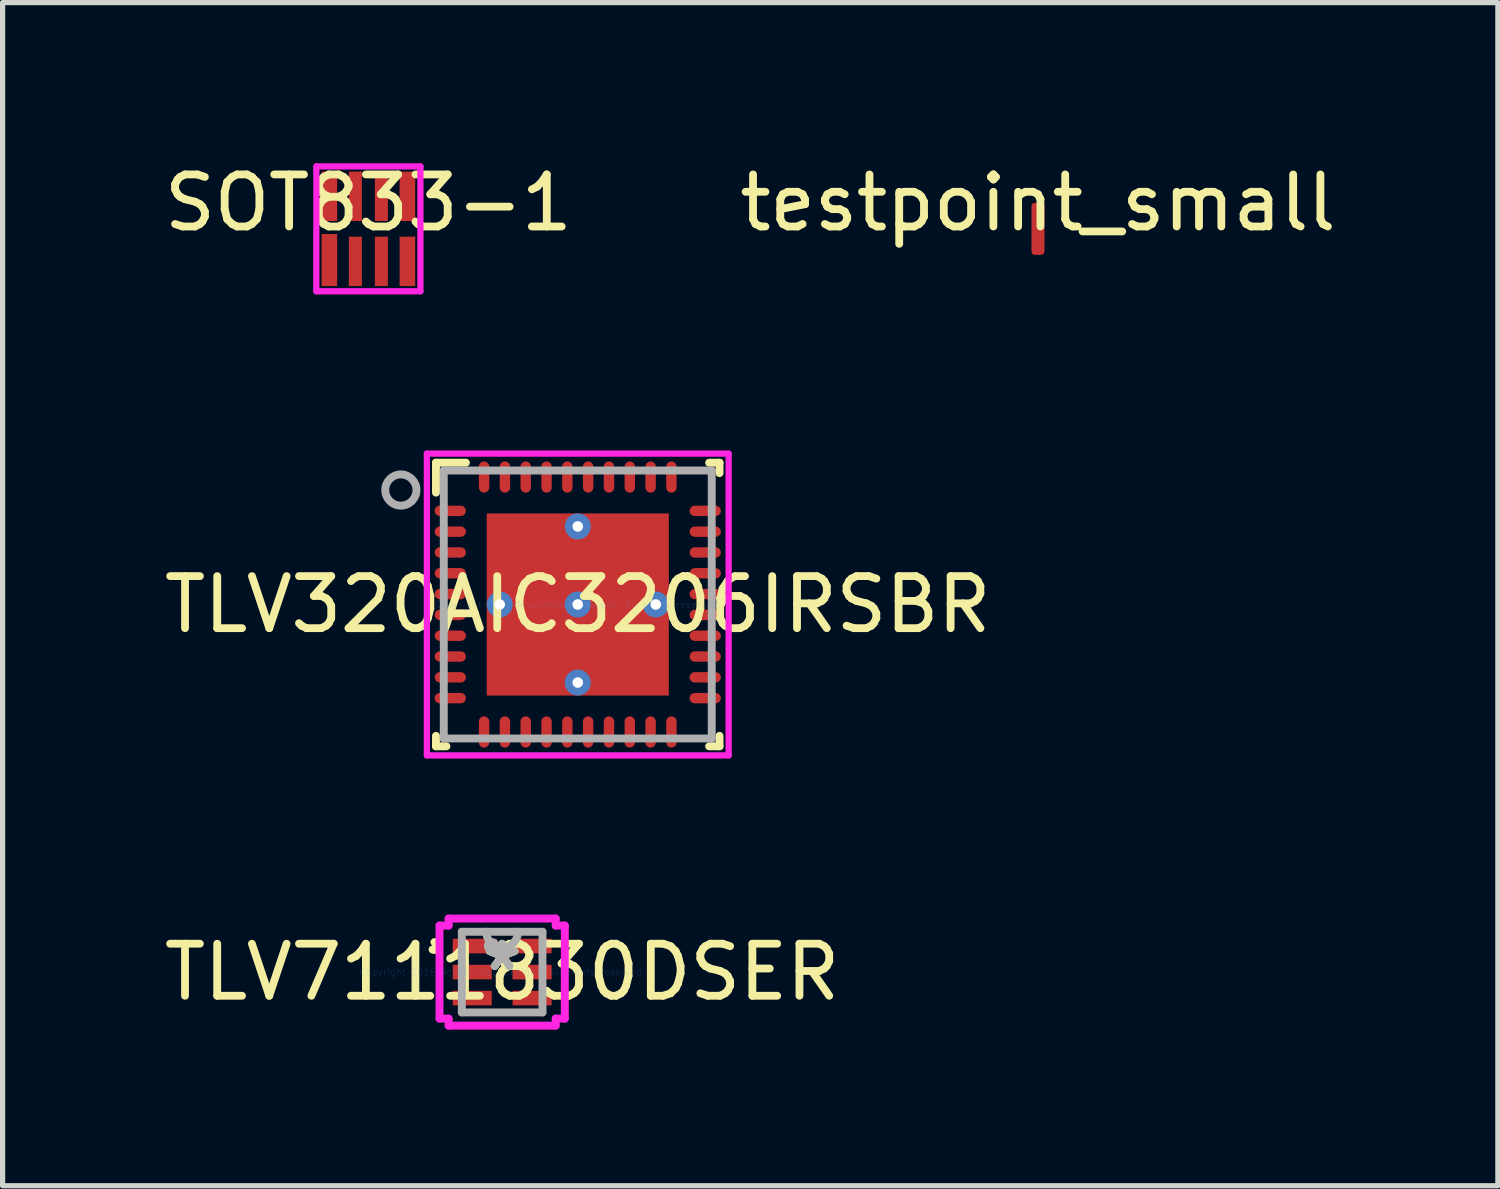
<source format=kicad_pcb>
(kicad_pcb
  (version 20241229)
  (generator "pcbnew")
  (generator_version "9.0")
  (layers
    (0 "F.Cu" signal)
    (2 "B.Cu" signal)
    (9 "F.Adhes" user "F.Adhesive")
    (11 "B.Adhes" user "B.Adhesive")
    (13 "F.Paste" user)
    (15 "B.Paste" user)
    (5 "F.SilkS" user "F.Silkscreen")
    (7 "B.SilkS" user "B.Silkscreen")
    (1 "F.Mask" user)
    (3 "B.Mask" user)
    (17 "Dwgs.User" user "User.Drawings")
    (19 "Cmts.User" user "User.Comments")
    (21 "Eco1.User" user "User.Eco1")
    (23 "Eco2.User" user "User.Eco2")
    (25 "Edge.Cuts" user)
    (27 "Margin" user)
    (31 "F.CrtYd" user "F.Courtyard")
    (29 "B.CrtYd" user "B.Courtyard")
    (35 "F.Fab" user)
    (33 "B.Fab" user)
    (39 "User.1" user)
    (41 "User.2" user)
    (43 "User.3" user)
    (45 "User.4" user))
  (footprint "TLV320AIC3206IRSBR"
    (layer "F.Cu")
    (at 8.054 8.568)
    (property "Reference" "TLV320AIC3206IRSBR" (at 0 0 0) (layer "F.SilkS") (effects (font (size 1 1) (thickness 0.15))))
    (attr through_hole)
    (fp_line (start -2.725 -2.725) (end -2.15 -2.725) (stroke (width 0.152) (type solid)) (layer "F.SilkS"))
    (fp_line (start -2.725 -2.15) (end -2.725 -2.725) (stroke (width 0.152) (type solid)) (layer "F.SilkS"))
    (fp_line (start -2.725 2.725) (end -2.725 2.525) (stroke (width 0.152) (type solid)) (layer "F.SilkS"))
    (fp_line (start -2.725 2.725) (end -2.525 2.725) (stroke (width 0.152) (type solid)) (layer "F.SilkS"))
    (fp_line (start 2.525 -2.725) (end 2.725 -2.725) (stroke (width 0.152) (type solid)) (layer "F.SilkS"))
    (fp_line (start 2.525 2.725) (end 2.725 2.725) (stroke (width 0.152) (type solid)) (layer "F.SilkS"))
    (fp_line (start 2.725 -2.525) (end 2.725 -2.725) (stroke (width 0.152) (type solid)) (layer "F.SilkS"))
    (fp_line (start 2.725 2.725) (end 2.725 2.525) (stroke (width 0.152) (type solid)) (layer "F.SilkS"))
    (fp_line (start -1.607 -1.607) (end -1.607 -0.1) (stroke (width 0.152) (type solid)) (layer "F.Paste"))
    (fp_line (start -1.607 -0.1) (end -0.1 -0.1) (stroke (width 0.152) (type solid)) (layer "F.Paste"))
    (fp_line (start -1.607 0.1) (end -1.607 1.607) (stroke (width 0.152) (type solid)) (layer "F.Paste"))
    (fp_line (start -1.607 1.607) (end -0.1 1.607) (stroke (width 0.152) (type solid)) (layer "F.Paste"))
    (fp_line (start -0.1 -1.607) (end -1.607 -1.607) (stroke (width 0.152) (type solid)) (layer "F.Paste"))
    (fp_line (start -0.1 -0.1) (end -0.1 -1.607) (stroke (width 0.152) (type solid)) (layer "F.Paste"))
    (fp_line (start -0.1 0.1) (end -1.607 0.1) (stroke (width 0.152) (type solid)) (layer "F.Paste"))
    (fp_line (start -0.1 1.607) (end -0.1 0.1) (stroke (width 0.152) (type solid)) (layer "F.Paste"))
    (fp_line (start 0.1 -1.607) (end 0.1 -0.1) (stroke (width 0.152) (type solid)) (layer "F.Paste"))
    (fp_line (start 0.1 -0.1) (end 1.607 -0.1) (stroke (width 0.152) (type solid)) (layer "F.Paste"))
    (fp_line (start 0.1 0.1) (end 0.1 1.607) (stroke (width 0.152) (type solid)) (layer "F.Paste"))
    (fp_line (start 0.1 1.607) (end 1.607 1.607) (stroke (width 0.152) (type solid)) (layer "F.Paste"))
    (fp_line (start 1.607 -1.607) (end 0.1 -1.607) (stroke (width 0.152) (type solid)) (layer "F.Paste"))
    (fp_line (start 1.607 -0.1) (end 1.607 -1.607) (stroke (width 0.152) (type solid)) (layer "F.Paste"))
    (fp_line (start 1.607 0.1) (end 0.1 0.1) (stroke (width 0.152) (type solid)) (layer "F.Paste"))
    (fp_line (start 1.607 1.607) (end 1.607 0.1) (stroke (width 0.152) (type solid)) (layer "F.Paste"))
    (fp_line (start -2.9 -2.9) (end 2.9 -2.9) (stroke (width 0.12) (type solid)) (layer "F.CrtYd"))
    (fp_line (start -2.9 2.9) (end -2.9 -2.9) (stroke (width 0.12) (type solid)) (layer "F.CrtYd"))
    (fp_line (start 2.9 -2.9) (end 2.9 2.9) (stroke (width 0.12) (type solid)) (layer "F.CrtYd"))
    (fp_line (start 2.9 2.9) (end -2.9 2.9) (stroke (width 0.12) (type solid)) (layer "F.CrtYd"))
    (fp_line (start -2.575 -2.575) (end 2.575 -2.575) (stroke (width 0.152) (type solid)) (layer "F.Fab"))
    (fp_line (start -2.575 2.575) (end -2.575 -2.575) (stroke (width 0.152) (type solid)) (layer "F.Fab"))
    (fp_line (start -2.575 2.575) (end 2.575 2.575) (stroke (width 0.152) (type solid)) (layer "F.Fab"))
    (fp_line (start 2.575 2.575) (end 2.575 -2.575) (stroke (width 0.152) (type solid)) (layer "F.Fab"))
    (fp_circle (center -3.4 -2.2) (end -3.1 -2.2) (stroke (width 0.152) (type solid)) (fill no) (layer "F.Fab"))
    (fp_text user "Copyright 2016 Accelerated Designs. All rights reserved." (at 0 0 0) (layer "Cmts.User") (effects (font (size 0.127 0.127) (thickness 0.002))))
    (pad "1" smd oval (at -2.45 -1.8 90) (size 0.2 0.6) (layers "F.Cu" "F.Mask" "F.Paste"))
    (pad "2" smd oval (at -2.45 -1.4 90) (size 0.2 0.6) (layers "F.Cu" "F.Mask" "F.Paste"))
    (pad "3" smd oval (at -2.45 -1 90) (size 0.2 0.6) (layers "F.Cu" "F.Mask" "F.Paste"))
    (pad "4" smd oval (at -2.45 -0.6 90) (size 0.2 0.6) (layers "F.Cu" "F.Mask" "F.Paste"))
    (pad "5" smd oval (at -2.45 -0.2 90) (size 0.2 0.6) (layers "F.Cu" "F.Mask" "F.Paste"))
    (pad "6" smd oval (at -2.45 0.2 90) (size 0.2 0.6) (layers "F.Cu" "F.Mask" "F.Paste"))
    (pad "7" smd oval (at -2.45 0.6 90) (size 0.2 0.6) (layers "F.Cu" "F.Mask" "F.Paste"))
    (pad "8" smd oval (at -2.45 1 90) (size 0.2 0.6) (layers "F.Cu" "F.Mask" "F.Paste"))
    (pad "9" smd oval (at -2.45 1.4 90) (size 0.2 0.6) (layers "F.Cu" "F.Mask" "F.Paste"))
    (pad "10" smd oval (at -2.45 1.8 90) (size 0.2 0.6) (layers "F.Cu" "F.Mask" "F.Paste"))
    (pad "11" smd oval (at -1.8 2.45) (size 0.2 0.6) (layers "F.Cu" "F.Mask" "F.Paste"))
    (pad "12" smd oval (at -1.4 2.45) (size 0.2 0.6) (layers "F.Cu" "F.Mask" "F.Paste"))
    (pad "13" smd oval (at -1 2.45) (size 0.2 0.6) (layers "F.Cu" "F.Mask" "F.Paste"))
    (pad "14" smd oval (at -0.6 2.45) (size 0.2 0.6) (layers "F.Cu" "F.Mask" "F.Paste"))
    (pad "15" smd oval (at -0.2 2.45) (size 0.2 0.6) (layers "F.Cu" "F.Mask" "F.Paste"))
    (pad "16" smd oval (at 0.2 2.45) (size 0.2 0.6) (layers "F.Cu" "F.Mask" "F.Paste"))
    (pad "17" smd oval (at 0.6 2.45) (size 0.2 0.6) (layers "F.Cu" "F.Mask" "F.Paste"))
    (pad "18" smd oval (at 1 2.45) (size 0.2 0.6) (layers "F.Cu" "F.Mask" "F.Paste"))
    (pad "19" smd oval (at 1.4 2.45) (size 0.2 0.6) (layers "F.Cu" "F.Mask" "F.Paste"))
    (pad "20" smd oval (at 1.8 2.45) (size 0.2 0.6) (layers "F.Cu" "F.Mask" "F.Paste"))
    (pad "21" smd oval (at 2.45 1.8 90) (size 0.2 0.6) (layers "F.Cu" "F.Mask" "F.Paste"))
    (pad "22" smd oval (at 2.45 1.4 90) (size 0.2 0.6) (layers "F.Cu" "F.Mask" "F.Paste"))
    (pad "23" smd oval (at 2.45 1 90) (size 0.2 0.6) (layers "F.Cu" "F.Mask" "F.Paste"))
    (pad "24" smd oval (at 2.45 0.6 90) (size 0.2 0.6) (layers "F.Cu" "F.Mask" "F.Paste"))
    (pad "25" smd oval (at 2.45 0.2 90) (size 0.2 0.6) (layers "F.Cu" "F.Mask" "F.Paste"))
    (pad "26" smd oval (at 2.45 -0.2 90) (size 0.2 0.6) (layers "F.Cu" "F.Mask" "F.Paste"))
    (pad "27" smd oval (at 2.45 -0.6 90) (size 0.2 0.6) (layers "F.Cu" "F.Mask" "F.Paste"))
    (pad "28" smd oval (at 2.45 -1 90) (size 0.2 0.6) (layers "F.Cu" "F.Mask" "F.Paste"))
    (pad "29" smd oval (at 2.45 -1.4 90) (size 0.2 0.6) (layers "F.Cu" "F.Mask" "F.Paste"))
    (pad "30" smd oval (at 2.45 -1.8 90) (size 0.2 0.6) (layers "F.Cu" "F.Mask" "F.Paste"))
    (pad "31" smd oval (at 1.8 -2.45) (size 0.2 0.6) (layers "F.Cu" "F.Mask" "F.Paste"))
    (pad "32" smd oval (at 1.4 -2.45) (size 0.2 0.6) (layers "F.Cu" "F.Mask" "F.Paste"))
    (pad "33" smd oval (at 1 -2.45) (size 0.2 0.6) (layers "F.Cu" "F.Mask" "F.Paste"))
    (pad "34" smd oval (at 0.6 -2.45) (size 0.2 0.6) (layers "F.Cu" "F.Mask" "F.Paste"))
    (pad "35" smd oval (at 0.2 -2.45) (size 0.2 0.6) (layers "F.Cu" "F.Mask" "F.Paste"))
    (pad "36" smd oval (at -0.2 -2.45) (size 0.2 0.6) (layers "F.Cu" "F.Mask" "F.Paste"))
    (pad "37" smd oval (at -0.6 -2.45) (size 0.2 0.6) (layers "F.Cu" "F.Mask" "F.Paste"))
    (pad "38" smd oval (at -1 -2.45) (size 0.2 0.6) (layers "F.Cu" "F.Mask" "F.Paste"))
    (pad "39" smd oval (at -1.4 -2.45) (size 0.2 0.6) (layers "F.Cu" "F.Mask" "F.Paste"))
    (pad "40" smd oval (at -1.8 -2.45) (size 0.2 0.6) (layers "F.Cu" "F.Mask" "F.Paste"))
    (pad "41" thru_hole circle (at -1.5 -0.000003) (size 0.5 0.5) (drill 0.203) (layers "*.Cu" "*.Mask"))
    (pad "41" thru_hole circle (at 0 -1.5) (size 0.5 0.5) (drill 0.203) (layers "*.Cu" "*.Mask"))
    (pad "41" thru_hole circle (at 0 -0.000003) (size 0.5 0.5) (drill 0.203) (layers "*.Cu" "*.Mask"))
    (pad "41" smd rect (at 0 -0.000003) (size 3.5 3.5) (layers "F.Cu" "F.Mask" "F.Paste"))
    (pad "41" thru_hole circle (at 0 1.5) (size 0.5 0.5) (drill 0.203) (layers "*.Cu" "*.Mask"))
    (pad "41" thru_hole circle (at 1.5 -0.000003) (size 0.5 0.5) (drill 0.203) (layers "*.Cu" "*.Mask")))
  (footprint "SOT833-1"
    (layer "F.Cu")
    (at 4.03 1.348)
    (property "Reference" "SOT833-1" (at 0 -0.5 0) (unlocked yes) (layer "F.SilkS") (effects (font (size 1 1) (thickness 0.15))))
    (fp_line (start -1 -1.2) (end 1 -1.2) (stroke (width 0.12) (type solid)) (layer "F.CrtYd"))
    (fp_line (start -1 1.2) (end -1 -1.2) (stroke (width 0.12) (type solid)) (layer "F.CrtYd"))
    (fp_line (start 1 -1.2) (end 1 1.2) (stroke (width 0.12) (type solid)) (layer "F.CrtYd"))
    (fp_line (start 1 1.2) (end -1 1.2) (stroke (width 0.12) (type solid)) (layer "F.CrtYd"))
    (pad "1" smd rect (at -0.75 0.6) (size 0.3 1) (layers "F.Cu" "F.Mask" "F.Paste"))
    (pad "2" smd rect (at -0.25 0.625) (size 0.25 0.95) (layers "F.Cu" "F.Mask" "F.Paste"))
    (pad "3" smd rect (at 0.25 0.625) (size 0.25 0.95) (layers "F.Cu" "F.Mask" "F.Paste"))
    (pad "4" smd rect (at 0.75 0.625) (size 0.3 0.95) (layers "F.Cu" "F.Mask" "F.Paste"))
    (pad "5" smd rect (at 0.75 -0.625) (size 0.3 0.95) (layers "F.Cu" "F.Mask" "F.Paste"))
    (pad "6" smd rect (at 0.25 -0.625) (size 0.25 0.95) (layers "F.Cu" "F.Mask" "F.Paste"))
    (pad "7" smd rect (at -0.25 -0.625) (size 0.25 0.95) (layers "F.Cu" "F.Mask" "F.Paste"))
    (pad "8" smd rect (at -0.75 -0.625) (size 0.3 0.95) (layers "F.Cu" "F.Mask" "F.Paste")))
  (footprint "testpoint_small"
    (layer "F.Cu")
    (at 16.899 1.348)
    (property "Reference" "testpoint_small" (at 0 -0.5 0) (unlocked yes) (layer "F.SilkS") (effects (font (size 1 1) (thickness 0.15))))
    (attr smd)
    (pad "1" smd roundrect (at 0 0) (size 0.25 1) (layers "F.Cu" "F.Mask") (roundrect_rratio 0.25)))
  (footprint "TLV7111830DSER"
    (layer "F.Cu")
    (at 6.601 15.633)
    (property "Reference" "TLV7111830DSER" (at 0 0 0) (layer "F.SilkS") (effects (font (size 1 1) (thickness 0.15))))
    (attr through_hole)
    (fp_arc (start -1.3016 -0.5762) (mid -1.227771 -0.48114) (end -1.338146 -0.433136) (stroke (width 0.1524) (type solid)) (layer "F.SilkS"))
    (fp_line (start -1.204 -0.894) (end -1.029 -0.894) (stroke (width 0.152) (type solid)) (layer "F.CrtYd"))
    (fp_line (start -1.204 0.894) (end -1.204 -0.894) (stroke (width 0.152) (type solid)) (layer "F.CrtYd"))
    (fp_line (start -1.029 -1.029) (end 1.029 -1.029) (stroke (width 0.152) (type solid)) (layer "F.CrtYd"))
    (fp_line (start -1.029 -0.894) (end -1.029 -1.029) (stroke (width 0.152) (type solid)) (layer "F.CrtYd"))
    (fp_line (start -1.029 0.894) (end -1.204 0.894) (stroke (width 0.152) (type solid)) (layer "F.CrtYd"))
    (fp_line (start -1.029 1.029) (end -1.029 0.894) (stroke (width 0.152) (type solid)) (layer "F.CrtYd"))
    (fp_line (start 1.029 -1.029) (end 1.029 -0.894) (stroke (width 0.152) (type solid)) (layer "F.CrtYd"))
    (fp_line (start 1.029 -0.894) (end 1.204 -0.894) (stroke (width 0.152) (type solid)) (layer "F.CrtYd"))
    (fp_line (start 1.029 0.894) (end 1.029 1.029) (stroke (width 0.152) (type solid)) (layer "F.CrtYd"))
    (fp_line (start 1.029 1.029) (end -1.029 1.029) (stroke (width 0.152) (type solid)) (layer "F.CrtYd"))
    (fp_line (start 1.204 -0.894) (end 1.204 0.894) (stroke (width 0.152) (type solid)) (layer "F.CrtYd"))
    (fp_line (start 1.204 0.894) (end 1.029 0.894) (stroke (width 0.152) (type solid)) (layer "F.CrtYd"))
    (fp_line (start -0.775 -0.775) (end -0.775 0.775) (stroke (width 0.152) (type solid)) (layer "F.Fab"))
    (fp_line (start -0.775 0.775) (end 0.775 0.775) (stroke (width 0.152) (type solid)) (layer "F.Fab"))
    (fp_line (start 0.775 -0.775) (end -0.775 -0.775) (stroke (width 0.152) (type solid)) (layer "F.Fab"))
    (fp_line (start 0.775 0.775) (end 0.775 -0.775) (stroke (width 0.152) (type solid)) (layer "F.Fab"))
    (fp_arc (start 0.3048 -0.775) (mid 0 -0.4702) (end -0.3048 -0.775) (stroke (width 0.1524) (type solid)) (layer "F.Fab"))
    (fp_circle (center -0.2 -0.5) (end -0.124 -0.5) (stroke (width 0.152) (type solid)) (fill no) (layer "F.Fab"))
    (fp_text user "*" (at 0 0 0) (layer "F.SilkS") (effects (font (size 1 1) (thickness 0.15))))
    (fp_text user "Copyright 2016 Accelerated Designs. All rights reserved." (at 0 0 0) (layer "Cmts.User") (effects (font (size 0.127 0.127) (thickness 0.002))))
    (fp_text user "*" (at 0 0 0) (layer "F.Fab") (effects (font (size 1 1) (thickness 0.15))))
    (pad "1" smd rect (at -0.525 -0.5) (size 0.85 0.28) (layers "F.Cu" "F.Mask" "F.Paste"))
    (pad "2" smd rect (at -0.575 0) (size 0.75 0.28) (layers "F.Cu" "F.Mask" "F.Paste"))
    (pad "3" smd rect (at -0.575 0.5) (size 0.75 0.28) (layers "F.Cu" "F.Mask" "F.Paste"))
    (pad "4" smd rect (at 0.575 0.5) (size 0.75 0.28) (layers "F.Cu" "F.Mask" "F.Paste"))
    (pad "5" smd rect (at 0.575 0) (size 0.75 0.28) (layers "F.Cu" "F.Mask" "F.Paste"))
    (pad "6" smd rect (at 0.575 -0.5) (size 0.75 0.28) (layers "F.Cu" "F.Mask" "F.Paste")))
  (gr_rect
    (start -3 -3)
    (end 25.738 19.739)
    (stroke (width 0.1) (type default))
    (fill no)
    (layer "Edge.Cuts")))
</source>
